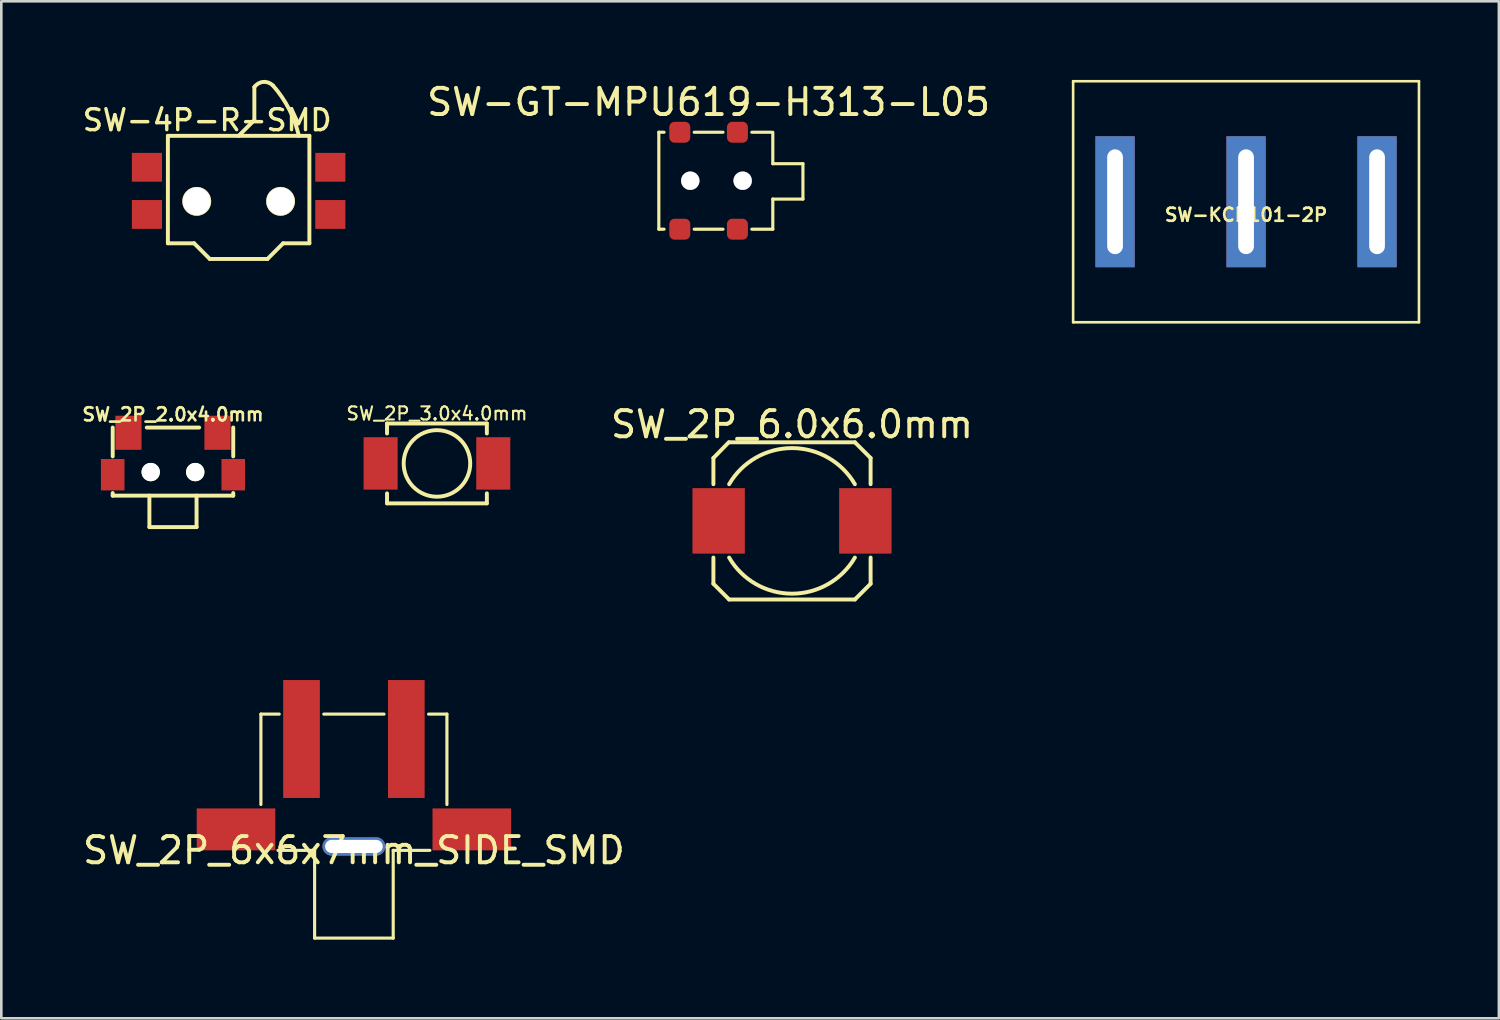
<source format=kicad_pcb>
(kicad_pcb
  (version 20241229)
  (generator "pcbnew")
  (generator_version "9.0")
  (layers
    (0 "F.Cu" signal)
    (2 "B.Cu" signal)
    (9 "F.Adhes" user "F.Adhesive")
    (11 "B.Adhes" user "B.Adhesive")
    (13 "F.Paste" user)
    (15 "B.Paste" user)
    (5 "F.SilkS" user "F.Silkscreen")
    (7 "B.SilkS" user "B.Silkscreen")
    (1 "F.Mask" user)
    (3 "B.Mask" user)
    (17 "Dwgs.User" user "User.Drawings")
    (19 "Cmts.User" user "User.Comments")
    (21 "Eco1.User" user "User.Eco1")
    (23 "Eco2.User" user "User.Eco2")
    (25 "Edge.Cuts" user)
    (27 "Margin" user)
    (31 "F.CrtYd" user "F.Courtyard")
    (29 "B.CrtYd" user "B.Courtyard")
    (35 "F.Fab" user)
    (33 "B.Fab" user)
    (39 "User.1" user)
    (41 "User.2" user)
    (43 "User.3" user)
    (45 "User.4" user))
  (footprint "SW_2P_2.0x4.0mm"
    (layer "F.Cu")
    (at 3.552 14.968)
    (property "Reference" "SW_2P_2.0x4.0mm" (at 0 -2.2 0) (layer "F.SilkS") (effects (font (size 0.5 0.5) (thickness 0.1))))
    (attr through_hole)
    (fp_line (start -2.3 -0.6) (end -2.3 -1.7) (stroke (width 0.15) (type solid)) (layer "F.SilkS"))
    (fp_line (start -2.3 0.9) (end -2.3 0.8) (stroke (width 0.15) (type solid)) (layer "F.SilkS"))
    (fp_line (start -0.9 2.1) (end -0.9 0.9) (stroke (width 0.15) (type solid)) (layer "F.SilkS"))
    (fp_line (start 0.9 0.9) (end 0.9 2.1) (stroke (width 0.15) (type solid)) (layer "F.SilkS"))
    (fp_line (start 0.9 2.1) (end -0.9 2.1) (stroke (width 0.15) (type solid)) (layer "F.SilkS"))
    (fp_line (start 1 -1.7) (end -1 -1.7) (stroke (width 0.15) (type solid)) (layer "F.SilkS"))
    (fp_line (start 2.3 -1.7) (end 2.3 -0.6) (stroke (width 0.15) (type solid)) (layer "F.SilkS"))
    (fp_line (start 2.3 0.8) (end 2.3 0.9) (stroke (width 0.15) (type solid)) (layer "F.SilkS"))
    (fp_line (start 2.3 0.9) (end -2.3 0.9) (stroke (width 0.15) (type solid)) (layer "F.SilkS"))
    (pad "" np_thru_hole circle (at -0.85 0 180) (size 0.7 0.7) (drill 0.7) (layers "*.Cu" "*.Mask" "F.SilkS"))
    (pad "" np_thru_hole circle (at 0.85 0 180) (size 0.7 0.7) (drill 0.7) (layers "*.Cu" "*.Mask" "F.SilkS"))
    (pad "0" smd rect (at -2.3 0.1 180) (size 0.9 1.2) (layers "F.Cu" "F.Mask" "F.Paste"))
    (pad "0" smd rect (at 2.3 0.1 180) (size 0.9 1.2) (layers "F.Cu" "F.Mask" "F.Paste"))
    (pad "1" smd rect (at 1.7 -1.5 180) (size 1 1.3) (layers "F.Cu" "F.Mask" "F.Paste"))
    (pad "2" smd rect (at -1.7 -1.5 180) (size 1 1.3) (layers "F.Cu" "F.Mask" "F.Paste")))
  (footprint "SW-4P-R-SMD"
    (layer "F.Cu")
    (at 6.058 5.135)
    (property "Reference" "SW-4P-R-SMD" (at -1.2 -3.6 0) (layer "F.SilkS") (effects (font (size 0.8 0.8) (thickness 0.13))))
    (attr through_hole)
    (fp_line (start -2.7 -3) (end -2.7 1.1) (stroke (width 0.15) (type solid)) (layer "F.SilkS"))
    (fp_line (start -2.7 1.1) (end -1.7 1.1) (stroke (width 0.15) (type solid)) (layer "F.SilkS"))
    (fp_line (start -1.7 1.1) (end -1.1 1.7) (stroke (width 0.15) (type solid)) (layer "F.SilkS"))
    (fp_line (start -1.1 1.7) (end 1.1 1.7) (stroke (width 0.15) (type solid)) (layer "F.SilkS"))
    (fp_line (start 0 -3) (end 0.6 -3.6) (stroke (width 0.15) (type solid)) (layer "F.SilkS"))
    (fp_line (start 0.6 -3.6) (end 0.6 -4.86) (stroke (width 0.15) (type solid)) (layer "F.SilkS"))
    (fp_line (start 1.1 1.7) (end 1.7 1.1) (stroke (width 0.15) (type solid)) (layer "F.SilkS"))
    (fp_line (start 1.7 1.1) (end 2.7 1.1) (stroke (width 0.15) (type solid)) (layer "F.SilkS"))
    (fp_line (start 2.7 -3) (end -2.7 -3) (stroke (width 0.15) (type solid)) (layer "F.SilkS"))
    (fp_line (start 2.7 1.1) (end 2.7 -3) (stroke (width 0.15) (type solid)) (layer "F.SilkS"))
    (fp_arc (start 0.599119 -4.857352) (mid 0.939646 -5.0579) (end 1.31 -4.92) (stroke (width 0.15) (type solid)) (layer "F.SilkS"))
    (fp_arc (start 1.316204 -4.91424) (mid 1.926541 -4.01799) (end 2.3 -3) (stroke (width 0.15) (type solid)) (layer "F.SilkS"))
    (pad "" np_thru_hole circle (at -1.6 -0.5) (size 1.1 1.1) (drill 1.05) (layers "*.Cu" "*.Mask" "F.SilkS"))
    (pad "" np_thru_hole circle (at 1.6 -0.5) (size 1.1 1.1) (drill 1.05) (layers "*.Cu" "*.Mask" "F.SilkS"))
    (pad "1" smd rect (at -3.5 0) (size 1.15 1.1) (layers "F.Cu" "F.Mask" "F.Paste"))
    (pad "2" smd rect (at -3.5 -1.8) (size 1.15 1.1) (layers "F.Cu" "F.Mask" "F.Paste"))
    (pad "3" smd rect (at 3.5 0) (size 1.15 1.1) (layers "F.Cu" "F.Mask" "F.Paste"))
    (pad "4" smd rect (at 3.5 -1.8) (size 1.15 1.1) (layers "F.Cu" "F.Mask" "F.Paste")))
  (footprint "SW_2P_6x6x7mm_SIDE_SMD"
    (layer "F.Cu")
    (at 10.458 29.406)
    (property "Reference" "SW_2P_6x6x7mm_SIDE_SMD" (at 0 0 0) (layer "F.SilkS") (effects (font (size 1 1) (thickness 0.15))))
    (attr through_hole)
    (fp_line (start -3.55 -5.2) (end -3.55 -1.75) (stroke (width 0.12) (type solid)) (layer "F.SilkS"))
    (fp_line (start -3.55 -5.2) (end -2.85 -5.2) (stroke (width 0.12) (type solid)) (layer "F.SilkS"))
    (fp_line (start -2.9 0) (end -1.5 0) (stroke (width 0.12) (type solid)) (layer "F.SilkS"))
    (fp_line (start -1.5 3.35) (end -1.5 0) (stroke (width 0.12) (type solid)) (layer "F.SilkS"))
    (fp_line (start -1.5 3.35) (end 1.5 3.35) (stroke (width 0.12) (type solid)) (layer "F.SilkS"))
    (fp_line (start 1.15 -5.2) (end -1.15 -5.2) (stroke (width 0.12) (type solid)) (layer "F.SilkS"))
    (fp_line (start 1.5 0) (end 2.9 0) (stroke (width 0.12) (type solid)) (layer "F.SilkS"))
    (fp_line (start 1.5 3.35) (end 1.5 0) (stroke (width 0.12) (type solid)) (layer "F.SilkS"))
    (fp_line (start 3.55 -5.2) (end 2.85 -5.2) (stroke (width 0.12) (type solid)) (layer "F.SilkS"))
    (fp_line (start 3.55 -5.2) (end 3.55 -1.75) (stroke (width 0.12) (type solid)) (layer "F.SilkS"))
    (pad "1" smd rect (at -4.5 -0.8) (size 3 1.6) (layers "F.Cu" "F.Mask" "F.Paste"))
    (pad "2" smd rect (at 4.5 -0.8) (size 3 1.6) (layers "F.Cu" "F.Mask" "F.Paste"))
    (pad "3" smd rect (at -2 -4.25) (size 1.4 4.5) (layers "F.Cu" "F.Mask" "F.Paste"))
    (pad "3" thru_hole oval (at 0 -0.15) (size 2.4 0.7) (drill oval 2.2 0.5) (layers "*.Cu" "*.Mask"))
    (pad "3" smd rect (at 2 -4.25) (size 1.4 4.5) (layers "F.Cu" "F.Mask" "F.Paste")))
  (footprint "SW_2P_3.0x4.0mm"
    (layer "F.Cu")
    (at 13.627 14.638)
    (property "Reference" "SW_2P_3.0x4.0mm" (at 0 -1.905 0) (layer "F.SilkS") (effects (font (size 0.5 0.5) (thickness 0.08))))
    (attr through_hole)
    (fp_line (start -1.905 -1.524) (end 1.905 -1.524) (stroke (width 0.15) (type solid)) (layer "F.SilkS"))
    (fp_line (start -1.905 -1.143) (end -1.905 -1.524) (stroke (width 0.15) (type solid)) (layer "F.SilkS"))
    (fp_line (start -1.905 1.524) (end -1.905 1.143) (stroke (width 0.15) (type solid)) (layer "F.SilkS"))
    (fp_line (start 1.905 -1.524) (end 1.905 -1.143) (stroke (width 0.15) (type solid)) (layer "F.SilkS"))
    (fp_line (start 1.905 1.143) (end 1.905 1.524) (stroke (width 0.15) (type solid)) (layer "F.SilkS"))
    (fp_line (start 1.905 1.524) (end -1.905 1.524) (stroke (width 0.15) (type solid)) (layer "F.SilkS"))
    (fp_circle (center 0 0) (end 0 -1.27) (stroke (width 0.15) (type solid)) (fill no) (layer "F.SilkS"))
    (pad "1" smd rect (at -2.15 0) (size 1.3 2) (layers "F.Cu" "F.Mask" "F.Paste"))
    (pad "2" smd rect (at 2.15 0) (size 1.3 2) (layers "F.Cu" "F.Mask" "F.Paste")))
  (footprint "SW_2P_6.0x6.0mm"
    (layer "F.Cu")
    (at 27.179 16.831)
    (property "Reference" "SW_2P_6.0x6.0mm" (at 0 -3.683 0) (layer "F.SilkS") (effects (font (size 1 1) (thickness 0.15))))
    (attr through_hole)
    (fp_line (start -3 -2.4) (end -2.413 -3) (stroke (width 0.15) (type solid)) (layer "F.SilkS"))
    (fp_line (start -3 -1.4) (end -3 -2.4) (stroke (width 0.15) (type solid)) (layer "F.SilkS"))
    (fp_line (start -3 2.4) (end -3 1.4) (stroke (width 0.15) (type solid)) (layer "F.SilkS"))
    (fp_line (start -3 2.4) (end -2.4 3) (stroke (width 0.15) (type solid)) (layer "F.SilkS"))
    (fp_line (start -2.4 -3) (end 2.4 -3) (stroke (width 0.15) (type solid)) (layer "F.SilkS"))
    (fp_line (start 2.4 -3) (end 3 -2.4) (stroke (width 0.15) (type solid)) (layer "F.SilkS"))
    (fp_line (start 2.4 3) (end -2.4 3) (stroke (width 0.15) (type solid)) (layer "F.SilkS"))
    (fp_line (start 3 -2.4) (end 3 -1.4) (stroke (width 0.15) (type solid)) (layer "F.SilkS"))
    (fp_line (start 3 1.4) (end 3 2.4) (stroke (width 0.15) (type solid)) (layer "F.SilkS"))
    (fp_line (start 3 2.4) (end 2.4 3) (stroke (width 0.15) (type solid)) (layer "F.SilkS"))
    (fp_arc (start -2.4 -1.4) (mid 0 -2.778489) (end 2.4 -1.4) (stroke (width 0.15) (type solid)) (layer "F.SilkS"))
    (fp_arc (start 2.4 1.4) (mid 0 2.778489) (end -2.4 1.4) (stroke (width 0.15) (type solid)) (layer "F.SilkS"))
    (pad "1" smd rect (at -2.8 0) (size 2 2.5) (layers "F.Cu" "F.Mask" "F.Paste"))
    (pad "2" smd rect (at 2.8 0) (size 2 2.5) (layers "F.Cu" "F.Mask" "F.Paste")))
  (footprint "SW-KCD101-2P"
    (layer "F.Cu")
    (at 44.509 4.65)
    (property "Reference" "SW-KCD101-2P" (at 0 0.5 0) (layer "F.SilkS") (effects (font (size 0.5 0.5) (thickness 0.1))))
    (attr through_hole)
    (fp_line (start -6.6 -4.6) (end -6.6 4.6) (stroke (width 0.1) (type solid)) (layer "F.SilkS"))
    (fp_line (start -6.6 4.6) (end 6.6 4.6) (stroke (width 0.1) (type solid)) (layer "F.SilkS"))
    (fp_line (start 6.6 -4.6) (end -6.6 -4.6) (stroke (width 0.1) (type solid)) (layer "F.SilkS"))
    (fp_line (start 6.6 4.6) (end 6.6 -4.6) (stroke (width 0.1) (type solid)) (layer "F.SilkS"))
    (pad "1" thru_hole rect (at 0 0) (size 1.5 5) (drill oval 0.6 4) (layers "*.Cu" "*.Mask"))
    (pad "2" thru_hole rect (at -5 0) (size 1.5 5) (drill oval 0.6 4) (layers "*.Cu" "*.Mask"))
    (pad "3" thru_hole rect (at 5 0) (size 1.5 5) (drill oval 0.6 4) (layers "*.Cu" "*.Mask")))
  (footprint "SW-GT-MPU619-H313-L05"
    (layer "F.Cu")
    (at 23.996 3.848)
    (property "Reference" "SW-GT-MPU619-H313-L05" (at 0 -3 0) (unlocked yes) (layer "F.SilkS") (effects (font (size 1 1) (thickness 0.15))))
    (attr smd)
    (fp_line (start -1.9 -1.85) (end -1.7 -1.85) (stroke (width 0.12) (type solid)) (layer "F.SilkS"))
    (fp_line (start -1.9 1.85) (end -1.9 -1.85) (stroke (width 0.12) (type solid)) (layer "F.SilkS"))
    (fp_line (start -1.9 1.85) (end -1.7 1.85) (stroke (width 0.12) (type solid)) (layer "F.SilkS"))
    (fp_line (start -0.55 -1.85) (end 0.55 -1.85) (stroke (width 0.12) (type solid)) (layer "F.SilkS"))
    (fp_line (start -0.55 1.85) (end 0.55 1.85) (stroke (width 0.12) (type solid)) (layer "F.SilkS"))
    (fp_line (start 1.65 -1.85) (end 2.4 -1.85) (stroke (width 0.12) (type solid)) (layer "F.SilkS"))
    (fp_line (start 1.65 1.85) (end 2.45 1.85) (stroke (width 0.12) (type solid)) (layer "F.SilkS"))
    (fp_line (start 2.45 -1.85) (end 2.45 -0.65) (stroke (width 0.12) (type solid)) (layer "F.SilkS"))
    (fp_line (start 2.45 0.7) (end 3.6 0.7) (stroke (width 0.12) (type solid)) (layer "F.SilkS"))
    (fp_line (start 2.45 1.85) (end 2.45 0.7) (stroke (width 0.12) (type solid)) (layer "F.SilkS"))
    (fp_line (start 3.6 -0.65) (end 2.45 -0.65) (stroke (width 0.12) (type solid)) (layer "F.SilkS"))
    (fp_line (start 3.6 0.7) (end 3.6 -0.65) (stroke (width 0.12) (type solid)) (layer "F.SilkS"))
    (pad "" np_thru_hole circle (at -0.7 0) (size 0.71 0.71) (drill 0.7) (layers "*.Cu" "*.Mask"))
    (pad "" np_thru_hole circle (at 1.3 0) (size 0.71 0.71) (drill 0.7) (layers "*.Cu" "*.Mask"))
    (pad "1" smd roundrect (at -1.1 -1.85 90) (size 0.8 0.8) (layers "F.Cu" "F.Mask" "F.Paste") (roundrect_rratio 0.25))
    (pad "1" smd roundrect (at 1.1 -1.85 90) (size 0.8 0.8) (layers "F.Cu" "F.Mask" "F.Paste") (roundrect_rratio 0.25))
    (pad "2" smd roundrect (at -1.1 1.85 90) (size 0.8 0.8) (layers "F.Cu" "F.Mask" "F.Paste") (roundrect_rratio 0.25))
    (pad "2" smd roundrect (at 1.1 1.85 90) (size 0.8 0.8) (layers "F.Cu" "F.Mask" "F.Paste") (roundrect_rratio 0.25)))
  (gr_rect
    (start -3 -3)
    (end 54.159 35.816)
    (stroke (width 0.1) (type default))
    (fill no)
    (layer "Edge.Cuts")))
</source>
